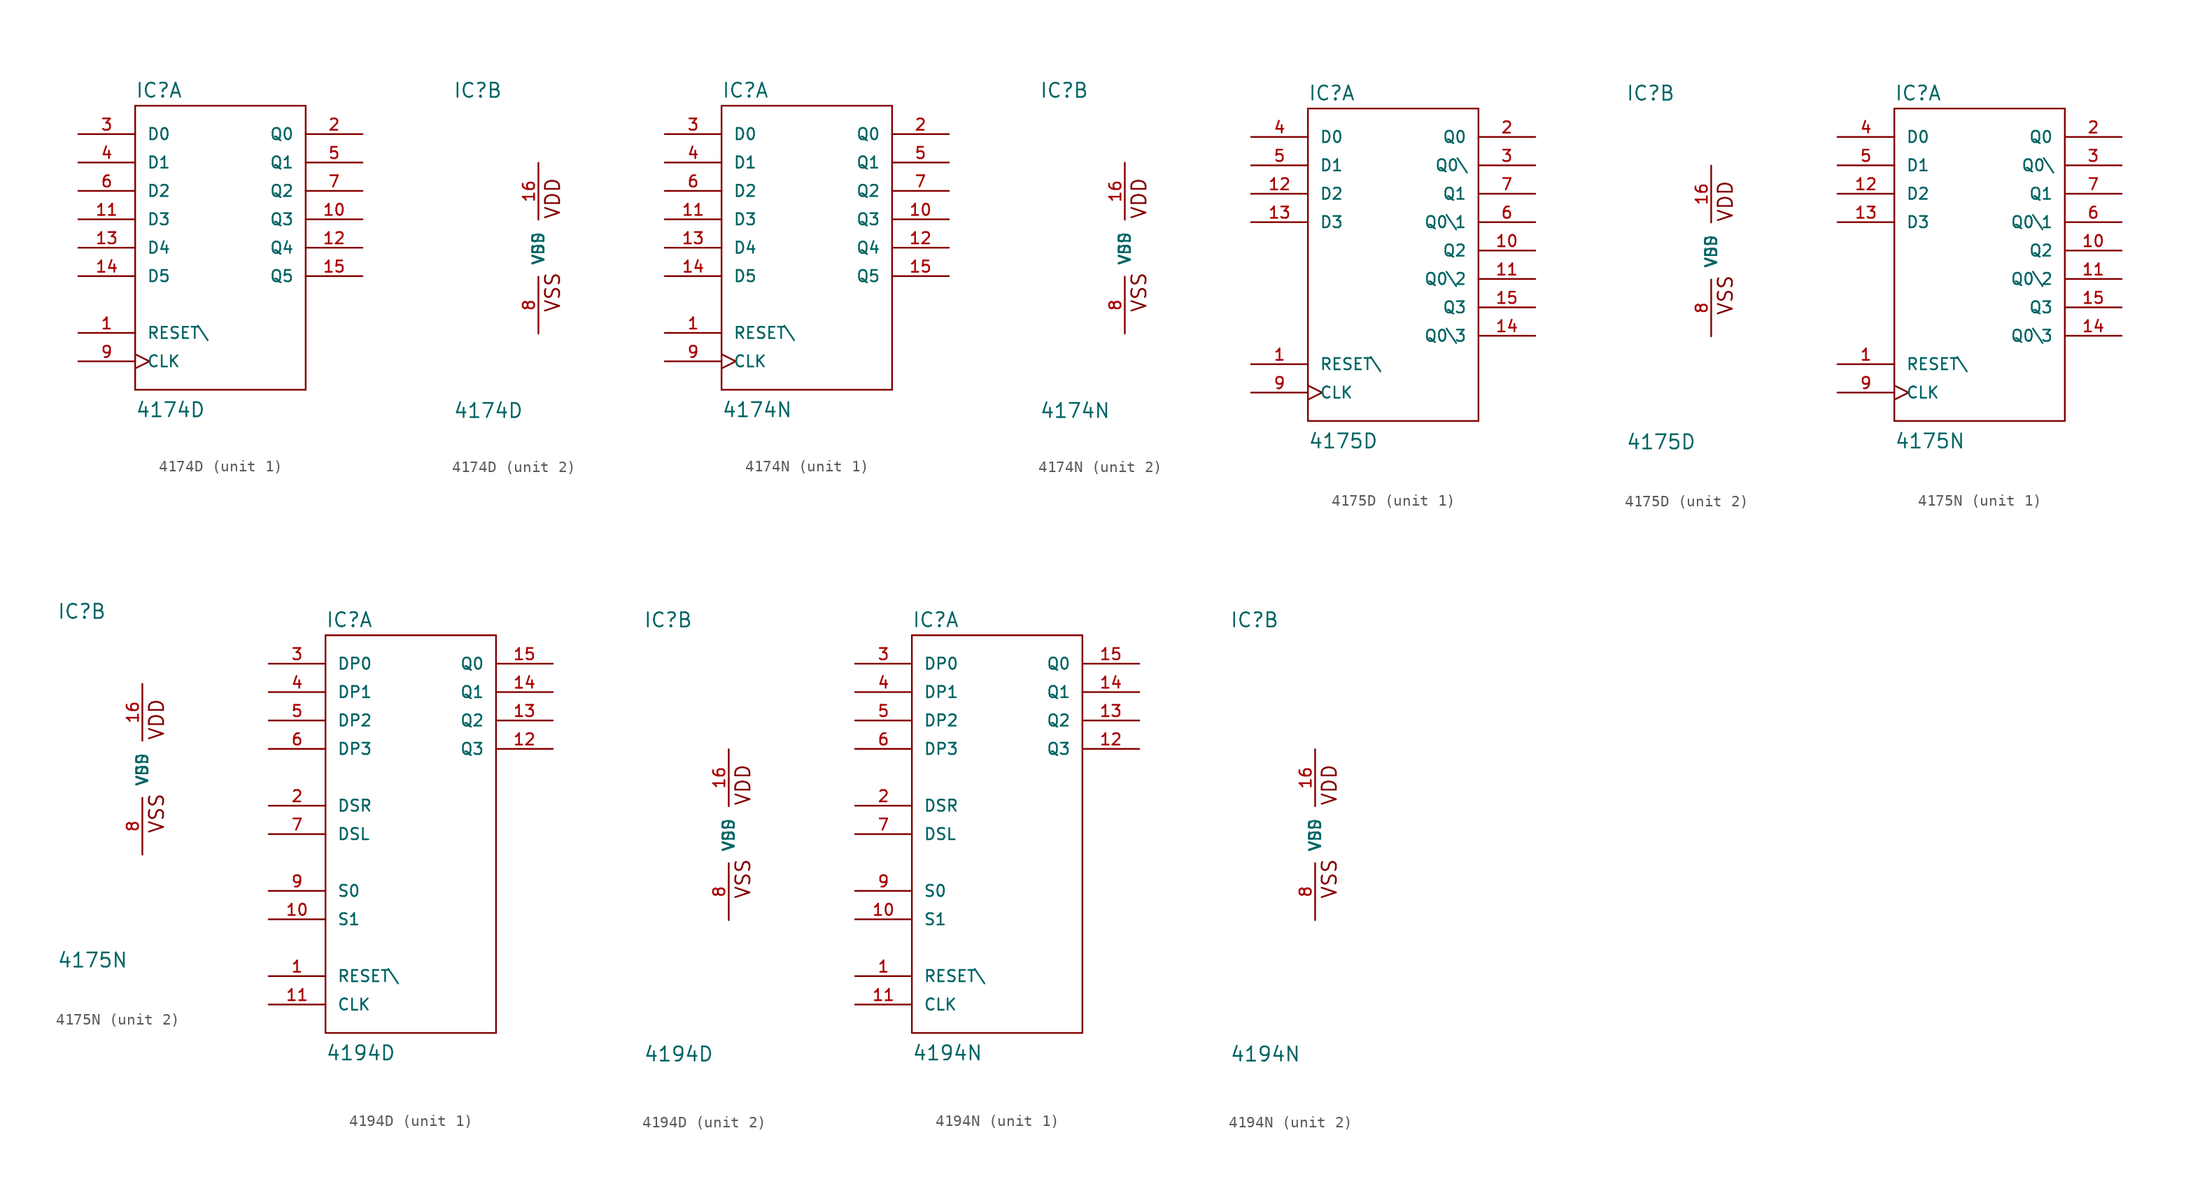
<source format=kicad_sym>
(kicad_symbol_lib
  (version 20211014)
  (generator kicad_symbol_editor)
  (symbol "4174D"
    (pin_names
      (offset 1.016))
    (property "Reference" "IC"
      (at -7.62 13.335 0)
      (effects (font (size 1.27 1.27)) (justify left bottom)))
    (property "Value" "4174D"
      (at -7.62 -15.24 0)
      (effects (font (size 1.27 1.27)) (justify left bottom)))
    (property "ki_locked" ""
      (at 0 0 0)
      (effects (font (size 1.27 1.27))))
    (symbol "4174D_1_0"
      (polyline (pts (xy -7.62 -12.7) (xy 7.62 -12.7)) (stroke (width 0) (type default) (color 0 0 0 0)) (fill (type none)))
      (polyline (pts (xy -7.62 12.7) (xy -7.62 -12.7)) (stroke (width 0) (type default) (color 0 0 0 0)) (fill (type none)))
      (polyline (pts (xy 7.62 -12.7) (xy 7.62 12.7)) (stroke (width 0) (type default) (color 0 0 0 0)) (fill (type none)))
      (polyline (pts (xy 7.62 12.7) (xy -7.62 12.7)) (stroke (width 0) (type default) (color 0 0 0 0)) (fill (type none))))
    (symbol "4174D_1_1"
      (pin input line (at -12.7 -7.62 0) (length 5.08) (name "RESET\\" (effects (font (size 1.016 1.016)))) (number "1" (effects (font (size 1.016 1.016)))))
      (pin output line (at 12.7 2.54 180) (length 5.08) (name "Q3" (effects (font (size 1.016 1.016)))) (number "10" (effects (font (size 1.016 1.016)))))
      (pin input line (at -12.7 2.54 0) (length 5.08) (name "D3" (effects (font (size 1.016 1.016)))) (number "11" (effects (font (size 1.016 1.016)))))
      (pin output line (at 12.7 0 180) (length 5.08) (name "Q4" (effects (font (size 1.016 1.016)))) (number "12" (effects (font (size 1.016 1.016)))))
      (pin input line (at -12.7 0 0) (length 5.08) (name "D4" (effects (font (size 1.016 1.016)))) (number "13" (effects (font (size 1.016 1.016)))))
      (pin input line (at -12.7 -2.54 0) (length 5.08) (name "D5" (effects (font (size 1.016 1.016)))) (number "14" (effects (font (size 1.016 1.016)))))
      (pin output line (at 12.7 -2.54 180) (length 5.08) (name "Q5" (effects (font (size 1.016 1.016)))) (number "15" (effects (font (size 1.016 1.016)))))
      (pin output line (at 12.7 10.16 180) (length 5.08) (name "Q0" (effects (font (size 1.016 1.016)))) (number "2" (effects (font (size 1.016 1.016)))))
      (pin input line (at -12.7 10.16 0) (length 5.08) (name "D0" (effects (font (size 1.016 1.016)))) (number "3" (effects (font (size 1.016 1.016)))))
      (pin input line (at -12.7 7.62 0) (length 5.08) (name "D1" (effects (font (size 1.016 1.016)))) (number "4" (effects (font (size 1.016 1.016)))))
      (pin output line (at 12.7 7.62 180) (length 5.08) (name "Q1" (effects (font (size 1.016 1.016)))) (number "5" (effects (font (size 1.016 1.016)))))
      (pin input line (at -12.7 5.08 0) (length 5.08) (name "D2" (effects (font (size 1.016 1.016)))) (number "6" (effects (font (size 1.016 1.016)))))
      (pin output line (at 12.7 5.08 180) (length 5.08) (name "Q2" (effects (font (size 1.016 1.016)))) (number "7" (effects (font (size 1.016 1.016)))))
      (pin input clock (at -12.7 -10.16 0) (length 5.08) (name "CLK" (effects (font (size 1.016 1.016)))) (number "9" (effects (font (size 1.016 1.016))))))
    (symbol "4174D_2_0"
      (text "VDD" (at 1.27 4.445 1) (effects (font (size 1.27 1.27))))
      (text "VSS" (at 1.27 -3.937 1) (effects (font (size 1.27 1.27)))))
    (symbol "4174D_2_1"
      (pin power_in line (at 0 7.62 270) (length 5.08) (name "VDD" (effects (font (size 1.016 1.016)))) (number "16" (effects (font (size 1.016 1.016)))))
      (pin power_in line (at 0 -7.62 90) (length 5.08) (name "VSS" (effects (font (size 1.016 1.016)))) (number "8" (effects (font (size 1.016 1.016)))))))
  (symbol "4174N"
    (pin_names
      (offset 1.016))
    (property "Reference" "IC"
      (at -7.62 13.335 0)
      (effects (font (size 1.27 1.27)) (justify left bottom)))
    (property "Value" "4174N"
      (at -7.62 -15.24 0)
      (effects (font (size 1.27 1.27)) (justify left bottom)))
    (property "ki_locked" ""
      (at 0 0 0)
      (effects (font (size 1.27 1.27))))
    (symbol "4174N_1_0"
      (polyline (pts (xy -7.62 -12.7) (xy 7.62 -12.7)) (stroke (width 0) (type default) (color 0 0 0 0)) (fill (type none)))
      (polyline (pts (xy -7.62 12.7) (xy -7.62 -12.7)) (stroke (width 0) (type default) (color 0 0 0 0)) (fill (type none)))
      (polyline (pts (xy 7.62 -12.7) (xy 7.62 12.7)) (stroke (width 0) (type default) (color 0 0 0 0)) (fill (type none)))
      (polyline (pts (xy 7.62 12.7) (xy -7.62 12.7)) (stroke (width 0) (type default) (color 0 0 0 0)) (fill (type none))))
    (symbol "4174N_1_1"
      (pin input line (at -12.7 -7.62 0) (length 5.08) (name "RESET\\" (effects (font (size 1.016 1.016)))) (number "1" (effects (font (size 1.016 1.016)))))
      (pin output line (at 12.7 2.54 180) (length 5.08) (name "Q3" (effects (font (size 1.016 1.016)))) (number "10" (effects (font (size 1.016 1.016)))))
      (pin input line (at -12.7 2.54 0) (length 5.08) (name "D3" (effects (font (size 1.016 1.016)))) (number "11" (effects (font (size 1.016 1.016)))))
      (pin output line (at 12.7 0 180) (length 5.08) (name "Q4" (effects (font (size 1.016 1.016)))) (number "12" (effects (font (size 1.016 1.016)))))
      (pin input line (at -12.7 0 0) (length 5.08) (name "D4" (effects (font (size 1.016 1.016)))) (number "13" (effects (font (size 1.016 1.016)))))
      (pin input line (at -12.7 -2.54 0) (length 5.08) (name "D5" (effects (font (size 1.016 1.016)))) (number "14" (effects (font (size 1.016 1.016)))))
      (pin output line (at 12.7 -2.54 180) (length 5.08) (name "Q5" (effects (font (size 1.016 1.016)))) (number "15" (effects (font (size 1.016 1.016)))))
      (pin output line (at 12.7 10.16 180) (length 5.08) (name "Q0" (effects (font (size 1.016 1.016)))) (number "2" (effects (font (size 1.016 1.016)))))
      (pin input line (at -12.7 10.16 0) (length 5.08) (name "D0" (effects (font (size 1.016 1.016)))) (number "3" (effects (font (size 1.016 1.016)))))
      (pin input line (at -12.7 7.62 0) (length 5.08) (name "D1" (effects (font (size 1.016 1.016)))) (number "4" (effects (font (size 1.016 1.016)))))
      (pin output line (at 12.7 7.62 180) (length 5.08) (name "Q1" (effects (font (size 1.016 1.016)))) (number "5" (effects (font (size 1.016 1.016)))))
      (pin input line (at -12.7 5.08 0) (length 5.08) (name "D2" (effects (font (size 1.016 1.016)))) (number "6" (effects (font (size 1.016 1.016)))))
      (pin output line (at 12.7 5.08 180) (length 5.08) (name "Q2" (effects (font (size 1.016 1.016)))) (number "7" (effects (font (size 1.016 1.016)))))
      (pin input clock (at -12.7 -10.16 0) (length 5.08) (name "CLK" (effects (font (size 1.016 1.016)))) (number "9" (effects (font (size 1.016 1.016))))))
    (symbol "4174N_2_0"
      (text "VDD" (at 1.27 4.445 1) (effects (font (size 1.27 1.27))))
      (text "VSS" (at 1.27 -3.937 1) (effects (font (size 1.27 1.27)))))
    (symbol "4174N_2_1"
      (pin power_in line (at 0 7.62 270) (length 5.08) (name "VDD" (effects (font (size 1.016 1.016)))) (number "16" (effects (font (size 1.016 1.016)))))
      (pin power_in line (at 0 -7.62 90) (length 5.08) (name "VSS" (effects (font (size 1.016 1.016)))) (number "8" (effects (font (size 1.016 1.016)))))))
  (symbol "4175D"
    (pin_names
      (offset 1.016))
    (property "Reference" "IC"
      (at -7.62 13.335 0)
      (effects (font (size 1.27 1.27)) (justify left bottom)))
    (property "Value" "4175D"
      (at -7.62 -17.78 0)
      (effects (font (size 1.27 1.27)) (justify left bottom)))
    (property "ki_locked" ""
      (at 0 0 0)
      (effects (font (size 1.27 1.27))))
    (symbol "4175D_1_0"
      (polyline (pts (xy -7.62 -15.24) (xy 7.62 -15.24)) (stroke (width 0) (type default) (color 0 0 0 0)) (fill (type none)))
      (polyline (pts (xy -7.62 12.7) (xy -7.62 -15.24)) (stroke (width 0) (type default) (color 0 0 0 0)) (fill (type none)))
      (polyline (pts (xy 7.62 -15.24) (xy 7.62 12.7)) (stroke (width 0) (type default) (color 0 0 0 0)) (fill (type none)))
      (polyline (pts (xy 7.62 12.7) (xy -7.62 12.7)) (stroke (width 0) (type default) (color 0 0 0 0)) (fill (type none))))
    (symbol "4175D_1_1"
      (pin input line (at -12.7 -10.16 0) (length 5.08) (name "RESET\\" (effects (font (size 1.016 1.016)))) (number "1" (effects (font (size 1.016 1.016)))))
      (pin output line (at 12.7 0 180) (length 5.08) (name "Q2" (effects (font (size 1.016 1.016)))) (number "10" (effects (font (size 1.016 1.016)))))
      (pin output line (at 12.7 -2.54 180) (length 5.08) (name "Q0\\2" (effects (font (size 1.016 1.016)))) (number "11" (effects (font (size 1.016 1.016)))))
      (pin input line (at -12.7 5.08 0) (length 5.08) (name "D2" (effects (font (size 1.016 1.016)))) (number "12" (effects (font (size 1.016 1.016)))))
      (pin input line (at -12.7 2.54 0) (length 5.08) (name "D3" (effects (font (size 1.016 1.016)))) (number "13" (effects (font (size 1.016 1.016)))))
      (pin output line (at 12.7 -7.62 180) (length 5.08) (name "Q0\\3" (effects (font (size 1.016 1.016)))) (number "14" (effects (font (size 1.016 1.016)))))
      (pin output line (at 12.7 -5.08 180) (length 5.08) (name "Q3" (effects (font (size 1.016 1.016)))) (number "15" (effects (font (size 1.016 1.016)))))
      (pin output line (at 12.7 10.16 180) (length 5.08) (name "Q0" (effects (font (size 1.016 1.016)))) (number "2" (effects (font (size 1.016 1.016)))))
      (pin output line (at 12.7 7.62 180) (length 5.08) (name "Q0\\" (effects (font (size 1.016 1.016)))) (number "3" (effects (font (size 1.016 1.016)))))
      (pin input line (at -12.7 10.16 0) (length 5.08) (name "D0" (effects (font (size 1.016 1.016)))) (number "4" (effects (font (size 1.016 1.016)))))
      (pin input line (at -12.7 7.62 0) (length 5.08) (name "D1" (effects (font (size 1.016 1.016)))) (number "5" (effects (font (size 1.016 1.016)))))
      (pin output line (at 12.7 2.54 180) (length 5.08) (name "Q0\\1" (effects (font (size 1.016 1.016)))) (number "6" (effects (font (size 1.016 1.016)))))
      (pin output line (at 12.7 5.08 180) (length 5.08) (name "Q1" (effects (font (size 1.016 1.016)))) (number "7" (effects (font (size 1.016 1.016)))))
      (pin input clock (at -12.7 -12.7 0) (length 5.08) (name "CLK" (effects (font (size 1.016 1.016)))) (number "9" (effects (font (size 1.016 1.016))))))
    (symbol "4175D_2_0"
      (text "VDD" (at 1.27 4.445 1) (effects (font (size 1.27 1.27))))
      (text "VSS" (at 1.27 -3.937 1) (effects (font (size 1.27 1.27)))))
    (symbol "4175D_2_1"
      (pin power_in line (at 0 7.62 270) (length 5.08) (name "VDD" (effects (font (size 1.016 1.016)))) (number "16" (effects (font (size 1.016 1.016)))))
      (pin power_in line (at 0 -7.62 90) (length 5.08) (name "VSS" (effects (font (size 1.016 1.016)))) (number "8" (effects (font (size 1.016 1.016)))))))
  (symbol "4175N"
    (pin_names
      (offset 1.016))
    (property "Reference" "IC"
      (at -7.62 13.335 0)
      (effects (font (size 1.27 1.27)) (justify left bottom)))
    (property "Value" "4175N"
      (at -7.62 -17.78 0)
      (effects (font (size 1.27 1.27)) (justify left bottom)))
    (property "ki_locked" ""
      (at 0 0 0)
      (effects (font (size 1.27 1.27))))
    (symbol "4175N_1_0"
      (polyline (pts (xy -7.62 -15.24) (xy 7.62 -15.24)) (stroke (width 0) (type default) (color 0 0 0 0)) (fill (type none)))
      (polyline (pts (xy -7.62 12.7) (xy -7.62 -15.24)) (stroke (width 0) (type default) (color 0 0 0 0)) (fill (type none)))
      (polyline (pts (xy 7.62 -15.24) (xy 7.62 12.7)) (stroke (width 0) (type default) (color 0 0 0 0)) (fill (type none)))
      (polyline (pts (xy 7.62 12.7) (xy -7.62 12.7)) (stroke (width 0) (type default) (color 0 0 0 0)) (fill (type none))))
    (symbol "4175N_1_1"
      (pin input line (at -12.7 -10.16 0) (length 5.08) (name "RESET\\" (effects (font (size 1.016 1.016)))) (number "1" (effects (font (size 1.016 1.016)))))
      (pin output line (at 12.7 0 180) (length 5.08) (name "Q2" (effects (font (size 1.016 1.016)))) (number "10" (effects (font (size 1.016 1.016)))))
      (pin output line (at 12.7 -2.54 180) (length 5.08) (name "Q0\\2" (effects (font (size 1.016 1.016)))) (number "11" (effects (font (size 1.016 1.016)))))
      (pin input line (at -12.7 5.08 0) (length 5.08) (name "D2" (effects (font (size 1.016 1.016)))) (number "12" (effects (font (size 1.016 1.016)))))
      (pin input line (at -12.7 2.54 0) (length 5.08) (name "D3" (effects (font (size 1.016 1.016)))) (number "13" (effects (font (size 1.016 1.016)))))
      (pin output line (at 12.7 -7.62 180) (length 5.08) (name "Q0\\3" (effects (font (size 1.016 1.016)))) (number "14" (effects (font (size 1.016 1.016)))))
      (pin output line (at 12.7 -5.08 180) (length 5.08) (name "Q3" (effects (font (size 1.016 1.016)))) (number "15" (effects (font (size 1.016 1.016)))))
      (pin output line (at 12.7 10.16 180) (length 5.08) (name "Q0" (effects (font (size 1.016 1.016)))) (number "2" (effects (font (size 1.016 1.016)))))
      (pin output line (at 12.7 7.62 180) (length 5.08) (name "Q0\\" (effects (font (size 1.016 1.016)))) (number "3" (effects (font (size 1.016 1.016)))))
      (pin input line (at -12.7 10.16 0) (length 5.08) (name "D0" (effects (font (size 1.016 1.016)))) (number "4" (effects (font (size 1.016 1.016)))))
      (pin input line (at -12.7 7.62 0) (length 5.08) (name "D1" (effects (font (size 1.016 1.016)))) (number "5" (effects (font (size 1.016 1.016)))))
      (pin output line (at 12.7 2.54 180) (length 5.08) (name "Q0\\1" (effects (font (size 1.016 1.016)))) (number "6" (effects (font (size 1.016 1.016)))))
      (pin output line (at 12.7 5.08 180) (length 5.08) (name "Q1" (effects (font (size 1.016 1.016)))) (number "7" (effects (font (size 1.016 1.016)))))
      (pin input clock (at -12.7 -12.7 0) (length 5.08) (name "CLK" (effects (font (size 1.016 1.016)))) (number "9" (effects (font (size 1.016 1.016))))))
    (symbol "4175N_2_0"
      (text "VDD" (at 1.27 4.445 1) (effects (font (size 1.27 1.27))))
      (text "VSS" (at 1.27 -3.937 1) (effects (font (size 1.27 1.27)))))
    (symbol "4175N_2_1"
      (pin power_in line (at 0 7.62 270) (length 5.08) (name "VDD" (effects (font (size 1.016 1.016)))) (number "16" (effects (font (size 1.016 1.016)))))
      (pin power_in line (at 0 -7.62 90) (length 5.08) (name "VSS" (effects (font (size 1.016 1.016)))) (number "8" (effects (font (size 1.016 1.016)))))))
  (symbol "4194D"
    (pin_names
      (offset 1.016))
    (property "Reference" "IC"
      (at -7.62 18.415 0)
      (effects (font (size 1.27 1.27)) (justify left bottom)))
    (property "Value" "4194D"
      (at -7.62 -20.32 0)
      (effects (font (size 1.27 1.27)) (justify left bottom)))
    (property "ki_locked" ""
      (at 0 0 0)
      (effects (font (size 1.27 1.27))))
    (symbol "4194D_1_0"
      (polyline (pts (xy -7.62 -17.78) (xy 7.62 -17.78)) (stroke (width 0) (type default) (color 0 0 0 0)) (fill (type none)))
      (polyline (pts (xy -7.62 17.78) (xy -7.62 -17.78)) (stroke (width 0) (type default) (color 0 0 0 0)) (fill (type none)))
      (polyline (pts (xy 7.62 -17.78) (xy 7.62 17.78)) (stroke (width 0) (type default) (color 0 0 0 0)) (fill (type none)))
      (polyline (pts (xy 7.62 17.78) (xy -7.62 17.78)) (stroke (width 0) (type default) (color 0 0 0 0)) (fill (type none))))
    (symbol "4194D_1_1"
      (pin input line (at -12.7 -12.7 0) (length 5.08) (name "RESET\\" (effects (font (size 1.016 1.016)))) (number "1" (effects (font (size 1.016 1.016)))))
      (pin input line (at -12.7 -7.62 0) (length 5.08) (name "S1" (effects (font (size 1.016 1.016)))) (number "10" (effects (font (size 1.016 1.016)))))
      (pin input line (at -12.7 -15.24 0) (length 5.08) (name "CLK" (effects (font (size 1.016 1.016)))) (number "11" (effects (font (size 1.016 1.016)))))
      (pin output line (at 12.7 7.62 180) (length 5.08) (name "Q3" (effects (font (size 1.016 1.016)))) (number "12" (effects (font (size 1.016 1.016)))))
      (pin output line (at 12.7 10.16 180) (length 5.08) (name "Q2" (effects (font (size 1.016 1.016)))) (number "13" (effects (font (size 1.016 1.016)))))
      (pin output line (at 12.7 12.7 180) (length 5.08) (name "Q1" (effects (font (size 1.016 1.016)))) (number "14" (effects (font (size 1.016 1.016)))))
      (pin output line (at 12.7 15.24 180) (length 5.08) (name "Q0" (effects (font (size 1.016 1.016)))) (number "15" (effects (font (size 1.016 1.016)))))
      (pin input line (at -12.7 2.54 0) (length 5.08) (name "DSR" (effects (font (size 1.016 1.016)))) (number "2" (effects (font (size 1.016 1.016)))))
      (pin input line (at -12.7 15.24 0) (length 5.08) (name "DP0" (effects (font (size 1.016 1.016)))) (number "3" (effects (font (size 1.016 1.016)))))
      (pin input line (at -12.7 12.7 0) (length 5.08) (name "DP1" (effects (font (size 1.016 1.016)))) (number "4" (effects (font (size 1.016 1.016)))))
      (pin input line (at -12.7 10.16 0) (length 5.08) (name "DP2" (effects (font (size 1.016 1.016)))) (number "5" (effects (font (size 1.016 1.016)))))
      (pin input line (at -12.7 7.62 0) (length 5.08) (name "DP3" (effects (font (size 1.016 1.016)))) (number "6" (effects (font (size 1.016 1.016)))))
      (pin input line (at -12.7 0 0) (length 5.08) (name "DSL" (effects (font (size 1.016 1.016)))) (number "7" (effects (font (size 1.016 1.016)))))
      (pin input line (at -12.7 -5.08 0) (length 5.08) (name "S0" (effects (font (size 1.016 1.016)))) (number "9" (effects (font (size 1.016 1.016))))))
    (symbol "4194D_2_0"
      (text "VDD" (at 1.27 4.445 1) (effects (font (size 1.27 1.27))))
      (text "VSS" (at 1.27 -3.937 1) (effects (font (size 1.27 1.27)))))
    (symbol "4194D_2_1"
      (pin power_in line (at 0 7.62 270) (length 5.08) (name "VDD" (effects (font (size 1.016 1.016)))) (number "16" (effects (font (size 1.016 1.016)))))
      (pin power_in line (at 0 -7.62 90) (length 5.08) (name "VSS" (effects (font (size 1.016 1.016)))) (number "8" (effects (font (size 1.016 1.016)))))))
  (symbol "4194N"
    (pin_names
      (offset 1.016))
    (property "Reference" "IC"
      (at -7.62 18.415 0)
      (effects (font (size 1.27 1.27)) (justify left bottom)))
    (property "Value" "4194N"
      (at -7.62 -20.32 0)
      (effects (font (size 1.27 1.27)) (justify left bottom)))
    (property "ki_locked" ""
      (at 0 0 0)
      (effects (font (size 1.27 1.27))))
    (symbol "4194N_1_0"
      (polyline (pts (xy -7.62 -17.78) (xy 7.62 -17.78)) (stroke (width 0) (type default) (color 0 0 0 0)) (fill (type none)))
      (polyline (pts (xy -7.62 17.78) (xy -7.62 -17.78)) (stroke (width 0) (type default) (color 0 0 0 0)) (fill (type none)))
      (polyline (pts (xy 7.62 -17.78) (xy 7.62 17.78)) (stroke (width 0) (type default) (color 0 0 0 0)) (fill (type none)))
      (polyline (pts (xy 7.62 17.78) (xy -7.62 17.78)) (stroke (width 0) (type default) (color 0 0 0 0)) (fill (type none))))
    (symbol "4194N_1_1"
      (pin input line (at -12.7 -12.7 0) (length 5.08) (name "RESET\\" (effects (font (size 1.016 1.016)))) (number "1" (effects (font (size 1.016 1.016)))))
      (pin input line (at -12.7 -7.62 0) (length 5.08) (name "S1" (effects (font (size 1.016 1.016)))) (number "10" (effects (font (size 1.016 1.016)))))
      (pin input line (at -12.7 -15.24 0) (length 5.08) (name "CLK" (effects (font (size 1.016 1.016)))) (number "11" (effects (font (size 1.016 1.016)))))
      (pin output line (at 12.7 7.62 180) (length 5.08) (name "Q3" (effects (font (size 1.016 1.016)))) (number "12" (effects (font (size 1.016 1.016)))))
      (pin output line (at 12.7 10.16 180) (length 5.08) (name "Q2" (effects (font (size 1.016 1.016)))) (number "13" (effects (font (size 1.016 1.016)))))
      (pin output line (at 12.7 12.7 180) (length 5.08) (name "Q1" (effects (font (size 1.016 1.016)))) (number "14" (effects (font (size 1.016 1.016)))))
      (pin output line (at 12.7 15.24 180) (length 5.08) (name "Q0" (effects (font (size 1.016 1.016)))) (number "15" (effects (font (size 1.016 1.016)))))
      (pin input line (at -12.7 2.54 0) (length 5.08) (name "DSR" (effects (font (size 1.016 1.016)))) (number "2" (effects (font (size 1.016 1.016)))))
      (pin input line (at -12.7 15.24 0) (length 5.08) (name "DP0" (effects (font (size 1.016 1.016)))) (number "3" (effects (font (size 1.016 1.016)))))
      (pin input line (at -12.7 12.7 0) (length 5.08) (name "DP1" (effects (font (size 1.016 1.016)))) (number "4" (effects (font (size 1.016 1.016)))))
      (pin input line (at -12.7 10.16 0) (length 5.08) (name "DP2" (effects (font (size 1.016 1.016)))) (number "5" (effects (font (size 1.016 1.016)))))
      (pin input line (at -12.7 7.62 0) (length 5.08) (name "DP3" (effects (font (size 1.016 1.016)))) (number "6" (effects (font (size 1.016 1.016)))))
      (pin input line (at -12.7 0 0) (length 5.08) (name "DSL" (effects (font (size 1.016 1.016)))) (number "7" (effects (font (size 1.016 1.016)))))
      (pin input line (at -12.7 -5.08 0) (length 5.08) (name "S0" (effects (font (size 1.016 1.016)))) (number "9" (effects (font (size 1.016 1.016))))))
    (symbol "4194N_2_0"
      (text "VDD" (at 1.27 4.445 1) (effects (font (size 1.27 1.27))))
      (text "VSS" (at 1.27 -3.937 1) (effects (font (size 1.27 1.27)))))
    (symbol "4194N_2_1"
      (pin power_in line (at 0 7.62 270) (length 5.08) (name "VDD" (effects (font (size 1.016 1.016)))) (number "16" (effects (font (size 1.016 1.016)))))
      (pin power_in line (at 0 -7.62 90) (length 5.08) (name "VSS" (effects (font (size 1.016 1.016)))) (number "8" (effects (font (size 1.016 1.016))))))))
</source>
